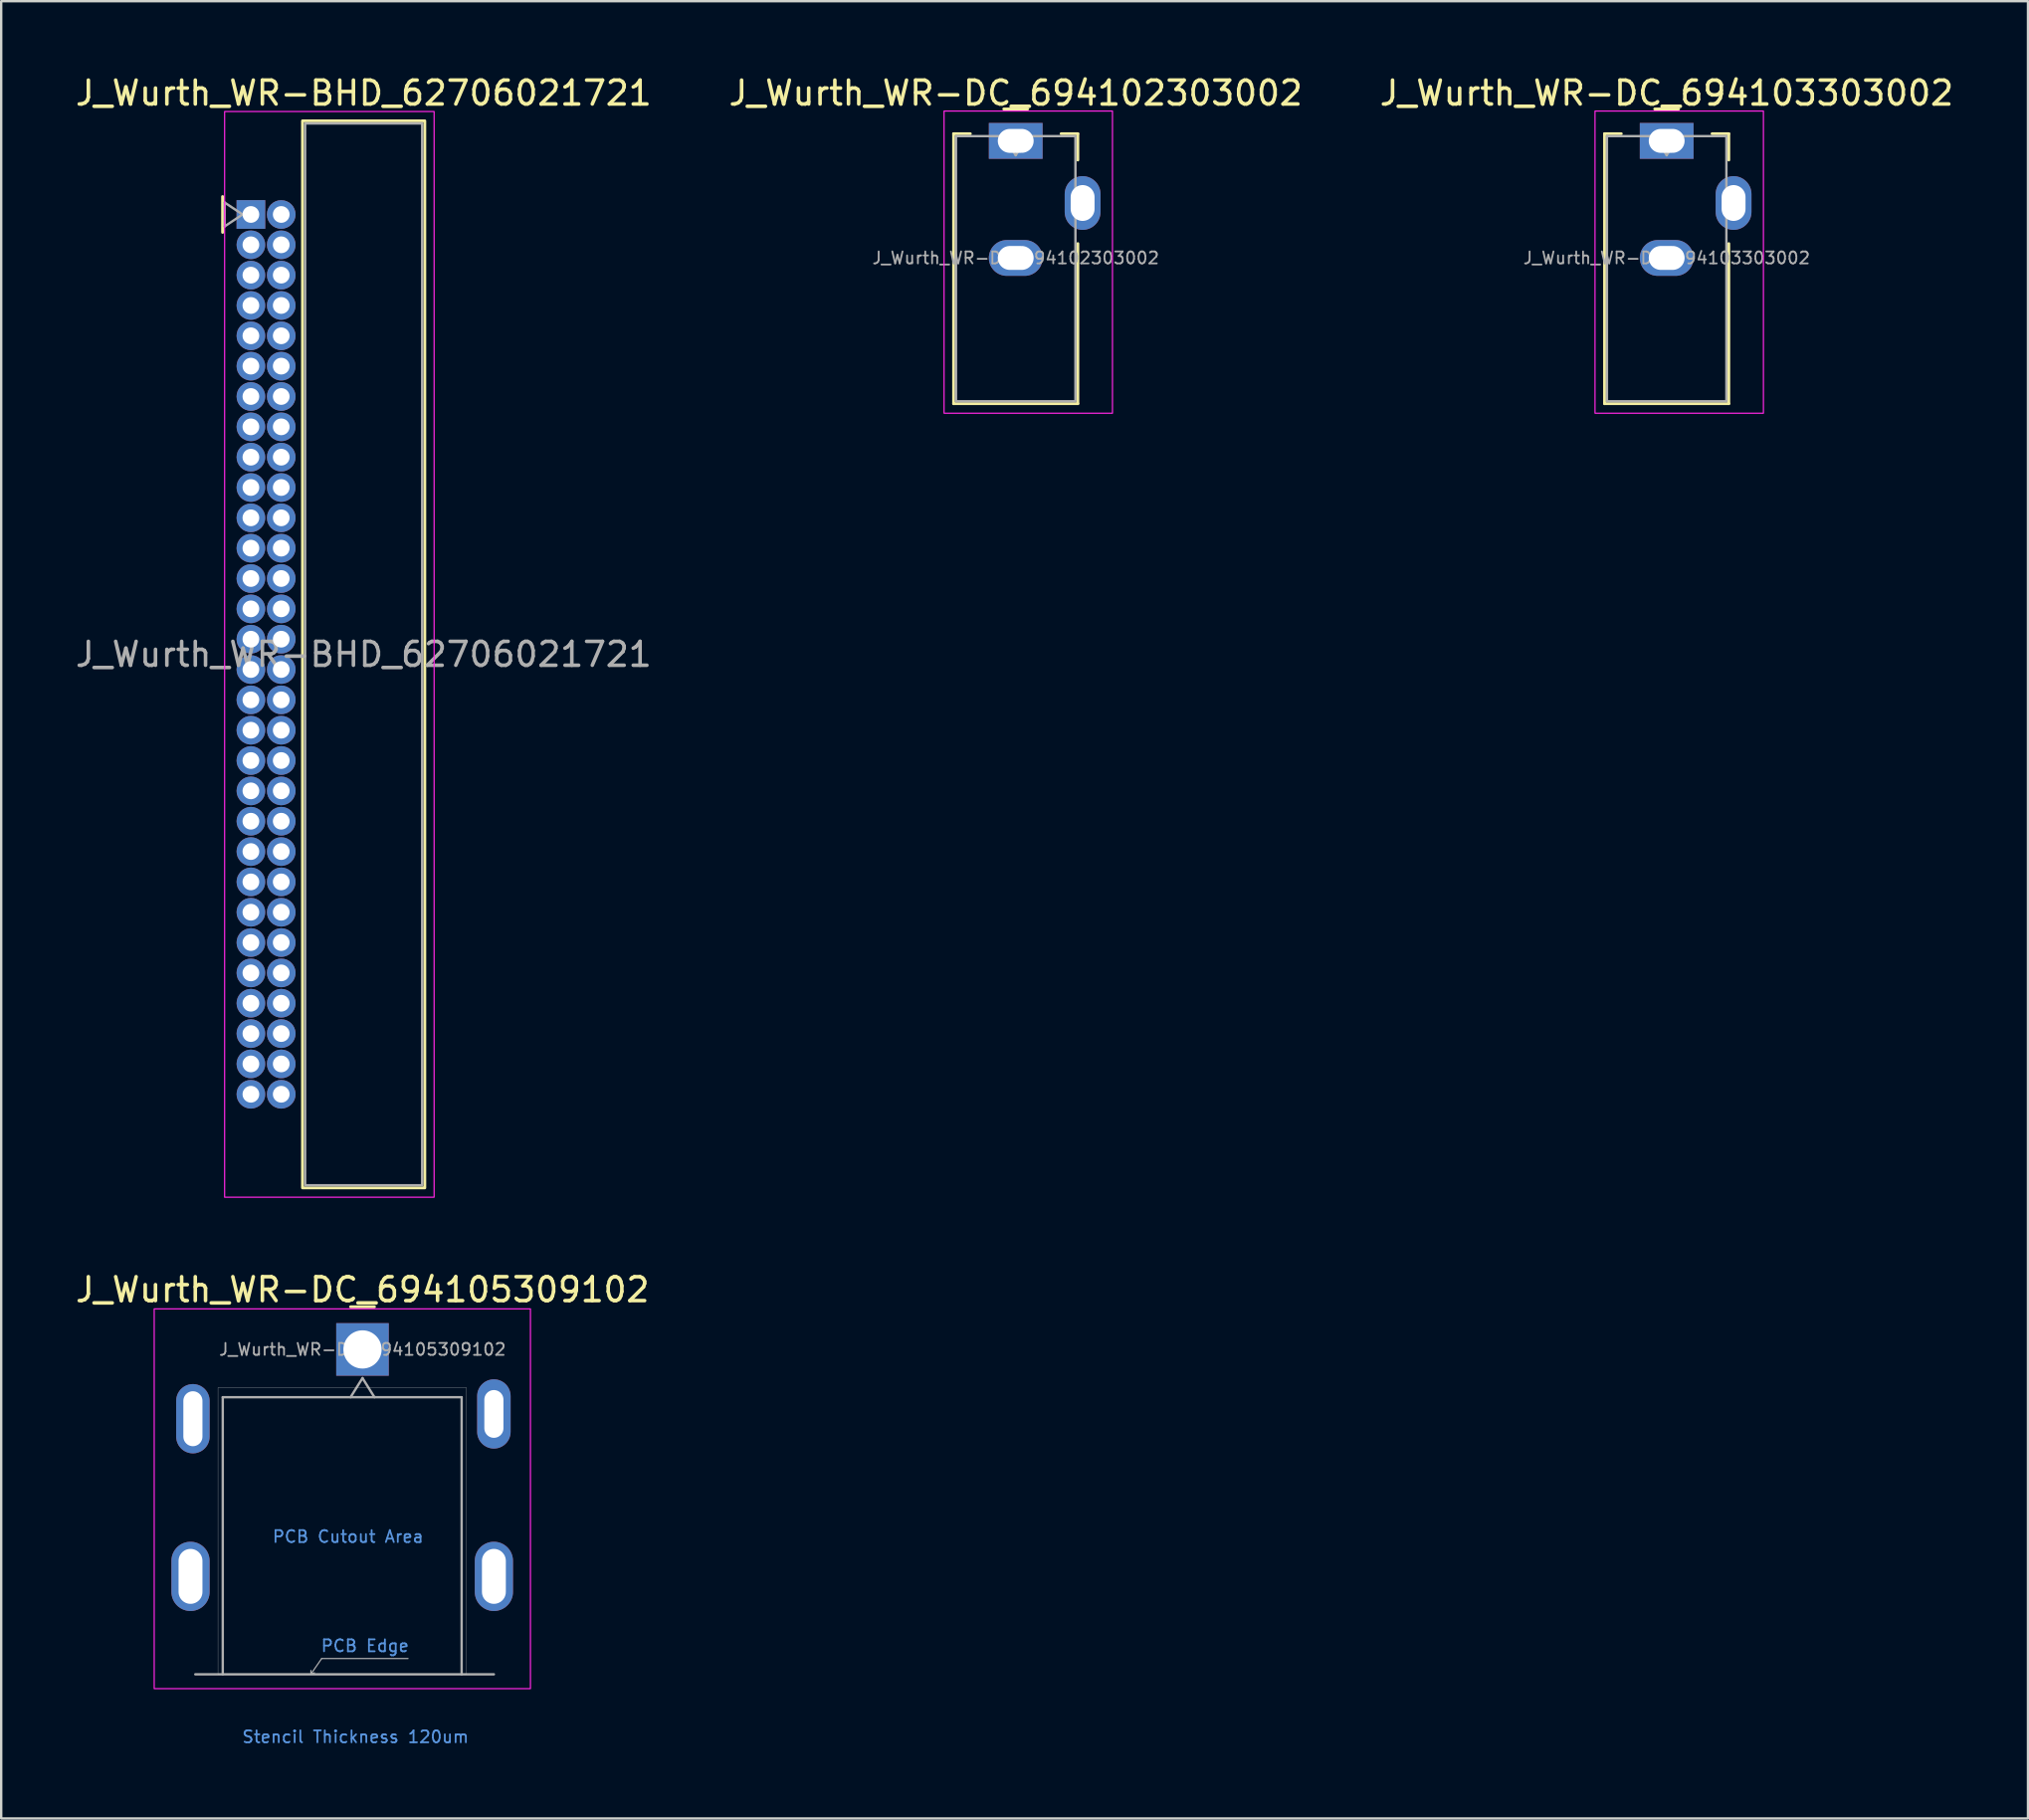
<source format=kicad_pcb>
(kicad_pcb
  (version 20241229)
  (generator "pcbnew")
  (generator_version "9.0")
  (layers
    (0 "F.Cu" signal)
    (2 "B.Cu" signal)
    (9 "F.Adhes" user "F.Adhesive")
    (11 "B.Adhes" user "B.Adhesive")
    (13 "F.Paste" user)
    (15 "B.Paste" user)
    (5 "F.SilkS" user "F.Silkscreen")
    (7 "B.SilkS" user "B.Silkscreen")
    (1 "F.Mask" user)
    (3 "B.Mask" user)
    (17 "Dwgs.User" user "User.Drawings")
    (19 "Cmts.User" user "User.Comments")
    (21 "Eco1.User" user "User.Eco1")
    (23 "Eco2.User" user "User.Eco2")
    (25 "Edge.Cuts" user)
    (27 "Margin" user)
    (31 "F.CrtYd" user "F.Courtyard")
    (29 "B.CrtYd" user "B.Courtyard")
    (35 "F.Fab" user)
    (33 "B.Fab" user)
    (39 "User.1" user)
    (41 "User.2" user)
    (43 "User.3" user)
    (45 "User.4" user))
  (footprint "J_Wurth_WR-DC_694103303002"
    (layer "F.Cu")
    (at 66.72 2.848)
    (property "Reference" "J_Wurth_WR-DC_694103303002" (at 0 -2 0) (unlocked yes) (layer "F.SilkS") (effects (font (size 1 1) (thickness 0.15))))
    (attr smd)
    (fp_line (start -2.6 11) (end -2.6 -0.3) (stroke (width 0.12) (type solid)) (layer "F.SilkS"))
    (fp_line (start -1.9 -0.3) (end -2.6 -0.3) (stroke (width 0.12) (type solid)) (layer "F.SilkS"))
    (fp_line (start -0.5 -1.335) (end 0.5 -1.335) (stroke (width 0.12) (type default)) (layer "F.SilkS"))
    (fp_line (start 2.6 -0.3) (end 1.9 -0.3) (stroke (width 0.12) (type solid)) (layer "F.SilkS"))
    (fp_line (start 2.6 0.8) (end 2.6 -0.3) (stroke (width 0.12) (type solid)) (layer "F.SilkS"))
    (fp_line (start 2.6 11) (end -2.6 11) (stroke (width 0.12) (type solid)) (layer "F.SilkS"))
    (fp_line (start 2.6 11) (end 2.6 4.3) (stroke (width 0.12) (type solid)) (layer "F.SilkS"))
    (fp_line (start 3.298 3.354) (end 3.3 3.352) (stroke (width 0.01) (type solid)) (layer "Edge.Cuts"))
    (fp_rect (start -3 11.4) (end 4.05 -1.25) (stroke (width 0.05) (type default)) (fill no) (layer "F.CrtYd"))
    (fp_line (start -0.5 -0.2) (end 0 0.6) (stroke (width 0.1) (type default)) (layer "F.Fab"))
    (fp_line (start 0.5 -0.2) (end 0 0.6) (stroke (width 0.1) (type default)) (layer "F.Fab"))
    (fp_rect (start -2.5 10.9) (end 2.5 -0.2) (stroke (width 0.1) (type default)) (fill no) (layer "F.Fab"))
    (fp_text user "${REFERENCE}" (at 0 4.9 0) (unlocked yes) (layer "F.Fab") (effects (font (size 0.5 0.5) (thickness 0.075))))
    (pad "1" thru_hole rect (at 0 0 90) (size 1.5 2.25) (drill oval 1 1.5) (layers "*.Cu" "*.Mask"))
    (pad "2" thru_hole oval (at 0 4.9 90) (size 1.5 2.25) (drill oval 1 1.5) (layers "*.Cu" "*.Mask"))
    (pad "3" thru_hole oval (at 2.8 2.6 90) (size 2.25 1.5) (drill oval 1.5 1) (layers "*.Cu" "*.Mask")))
  (footprint "J_Wurth_WR-BHD_62706021721"
    (layer "F.Cu")
    (at 7.453 5.928)
    (property "Reference" "J_Wurth_WR-BHD_62706021721" (at 4.72 -5.08 0) (unlocked yes) (layer "F.SilkS") (effects (font (size 1 1) (thickness 0.15))))
    (attr through_hole)
    (fp_line (start -1.185 -0.75) (end -1.185 0.75) (stroke (width 0.12) (type solid)) (layer "F.SilkS"))
    (fp_rect (start 2.16 -3.92) (end 7.28 40.75) (stroke (width 0.12) (type solid)) (fill no) (layer "F.SilkS"))
    (fp_rect (start -1.1 -4.31) (end 7.67 41.14) (stroke (width 0.05) (type solid)) (fill no) (layer "F.CrtYd"))
    (fp_line (start -1.1 0.5) (end -1.1 -0.5) (stroke (width 0.1) (type default)) (layer "F.Fab"))
    (fp_line (start -0.35 0) (end -1.1 -0.5) (stroke (width 0.1) (type solid)) (layer "F.Fab"))
    (fp_line (start -0.35 0) (end -1.1 0.5) (stroke (width 0.1) (type solid)) (layer "F.Fab"))
    (fp_rect (start 2.27 -3.81) (end 7.17 40.64) (stroke (width 0.1) (type solid)) (fill no) (layer "F.Fab"))
    (fp_text user "${REFERENCE}" (at 4.72 18.415 0) (unlocked yes) (layer "F.Fab") (effects (font (size 1 1) (thickness 0.15))))
    (pad "1" thru_hole rect (at 0 0 90) (size 1.2 1.2) (drill 0.7) (layers "*.Cu" "*.Mask"))
    (pad "2" thru_hole circle (at 1.27 0 90) (size 1.2 1.2) (drill 0.7) (layers "*.Cu" "*.Mask"))
    (pad "3" thru_hole circle (at 0 1.27 90) (size 1.2 1.2) (drill 0.7) (layers "*.Cu" "*.Mask"))
    (pad "4" thru_hole circle (at 1.27 1.27 90) (size 1.2 1.2) (drill 0.7) (layers "*.Cu" "*.Mask"))
    (pad "5" thru_hole circle (at 0 2.54 90) (size 1.2 1.2) (drill 0.7) (layers "*.Cu" "*.Mask"))
    (pad "6" thru_hole circle (at 1.27 2.54 90) (size 1.2 1.2) (drill 0.7) (layers "*.Cu" "*.Mask"))
    (pad "7" thru_hole circle (at 0 3.81 90) (size 1.2 1.2) (drill 0.7) (layers "*.Cu" "*.Mask"))
    (pad "8" thru_hole circle (at 1.27 3.81 90) (size 1.2 1.2) (drill 0.7) (layers "*.Cu" "*.Mask"))
    (pad "9" thru_hole circle (at 0 5.08 90) (size 1.2 1.2) (drill 0.7) (layers "*.Cu" "*.Mask"))
    (pad "10" thru_hole circle (at 1.27 5.08 90) (size 1.2 1.2) (drill 0.7) (layers "*.Cu" "*.Mask"))
    (pad "11" thru_hole circle (at 0 6.35 90) (size 1.2 1.2) (drill 0.7) (layers "*.Cu" "*.Mask"))
    (pad "12" thru_hole circle (at 1.27 6.35 90) (size 1.2 1.2) (drill 0.7) (layers "*.Cu" "*.Mask"))
    (pad "13" thru_hole circle (at 0 7.62 90) (size 1.2 1.2) (drill 0.7) (layers "*.Cu" "*.Mask"))
    (pad "14" thru_hole circle (at 1.27 7.62 90) (size 1.2 1.2) (drill 0.7) (layers "*.Cu" "*.Mask"))
    (pad "15" thru_hole circle (at 0 8.89 90) (size 1.2 1.2) (drill 0.7) (layers "*.Cu" "*.Mask"))
    (pad "16" thru_hole circle (at 1.27 8.89 90) (size 1.2 1.2) (drill 0.7) (layers "*.Cu" "*.Mask"))
    (pad "17" thru_hole circle (at 0 10.16 90) (size 1.2 1.2) (drill 0.7) (layers "*.Cu" "*.Mask"))
    (pad "18" thru_hole circle (at 1.27 10.16 90) (size 1.2 1.2) (drill 0.7) (layers "*.Cu" "*.Mask"))
    (pad "19" thru_hole circle (at 0 11.43 90) (size 1.2 1.2) (drill 0.7) (layers "*.Cu" "*.Mask"))
    (pad "20" thru_hole circle (at 1.27 11.43 90) (size 1.2 1.2) (drill 0.7) (layers "*.Cu" "*.Mask"))
    (pad "21" thru_hole circle (at 0 12.7 90) (size 1.2 1.2) (drill 0.7) (layers "*.Cu" "*.Mask"))
    (pad "22" thru_hole circle (at 1.27 12.7 90) (size 1.2 1.2) (drill 0.7) (layers "*.Cu" "*.Mask"))
    (pad "23" thru_hole circle (at 0 13.97 90) (size 1.2 1.2) (drill 0.7) (layers "*.Cu" "*.Mask"))
    (pad "24" thru_hole circle (at 1.27 13.97 90) (size 1.2 1.2) (drill 0.7) (layers "*.Cu" "*.Mask"))
    (pad "25" thru_hole circle (at 0 15.24 90) (size 1.2 1.2) (drill 0.7) (layers "*.Cu" "*.Mask"))
    (pad "26" thru_hole circle (at 1.27 15.24 90) (size 1.2 1.2) (drill 0.7) (layers "*.Cu" "*.Mask"))
    (pad "27" thru_hole circle (at 0 16.51 90) (size 1.2 1.2) (drill 0.7) (layers "*.Cu" "*.Mask"))
    (pad "28" thru_hole circle (at 1.27 16.51 90) (size 1.2 1.2) (drill 0.7) (layers "*.Cu" "*.Mask"))
    (pad "29" thru_hole circle (at 0 17.78 90) (size 1.2 1.2) (drill 0.7) (layers "*.Cu" "*.Mask"))
    (pad "30" thru_hole circle (at 1.27 17.78 90) (size 1.2 1.2) (drill 0.7) (layers "*.Cu" "*.Mask"))
    (pad "31" thru_hole circle (at 0 19.05 90) (size 1.2 1.2) (drill 0.7) (layers "*.Cu" "*.Mask"))
    (pad "32" thru_hole circle (at 1.27 19.05 90) (size 1.2 1.2) (drill 0.7) (layers "*.Cu" "*.Mask"))
    (pad "33" thru_hole circle (at 0 20.32 90) (size 1.2 1.2) (drill 0.7) (layers "*.Cu" "*.Mask"))
    (pad "34" thru_hole circle (at 1.27 20.32 90) (size 1.2 1.2) (drill 0.7) (layers "*.Cu" "*.Mask"))
    (pad "35" thru_hole circle (at 0 21.59 90) (size 1.2 1.2) (drill 0.7) (layers "*.Cu" "*.Mask"))
    (pad "36" thru_hole circle (at 1.27 21.59 90) (size 1.2 1.2) (drill 0.7) (layers "*.Cu" "*.Mask"))
    (pad "37" thru_hole circle (at 0 22.86 90) (size 1.2 1.2) (drill 0.7) (layers "*.Cu" "*.Mask"))
    (pad "38" thru_hole circle (at 1.27 22.86 90) (size 1.2 1.2) (drill 0.7) (layers "*.Cu" "*.Mask"))
    (pad "39" thru_hole circle (at 0 24.13 90) (size 1.2 1.2) (drill 0.7) (layers "*.Cu" "*.Mask"))
    (pad "40" thru_hole circle (at 1.27 24.13 90) (size 1.2 1.2) (drill 0.7) (layers "*.Cu" "*.Mask"))
    (pad "41" thru_hole circle (at 0 25.4 90) (size 1.2 1.2) (drill 0.7) (layers "*.Cu" "*.Mask"))
    (pad "42" thru_hole circle (at 1.27 25.4 90) (size 1.2 1.2) (drill 0.7) (layers "*.Cu" "*.Mask"))
    (pad "43" thru_hole circle (at 0 26.67 90) (size 1.2 1.2) (drill 0.7) (layers "*.Cu" "*.Mask"))
    (pad "44" thru_hole circle (at 1.27 26.67 90) (size 1.2 1.2) (drill 0.7) (layers "*.Cu" "*.Mask"))
    (pad "45" thru_hole circle (at 0 27.94 90) (size 1.2 1.2) (drill 0.7) (layers "*.Cu" "*.Mask"))
    (pad "46" thru_hole circle (at 1.27 27.94 90) (size 1.2 1.2) (drill 0.7) (layers "*.Cu" "*.Mask"))
    (pad "47" thru_hole circle (at 0 29.21 90) (size 1.2 1.2) (drill 0.7) (layers "*.Cu" "*.Mask"))
    (pad "48" thru_hole circle (at 1.27 29.21 90) (size 1.2 1.2) (drill 0.7) (layers "*.Cu" "*.Mask"))
    (pad "49" thru_hole circle (at 0 30.48 90) (size 1.2 1.2) (drill 0.7) (layers "*.Cu" "*.Mask"))
    (pad "50" thru_hole circle (at 1.27 30.48 90) (size 1.2 1.2) (drill 0.7) (layers "*.Cu" "*.Mask"))
    (pad "51" thru_hole circle (at 0 31.75 90) (size 1.2 1.2) (drill 0.7) (layers "*.Cu" "*.Mask"))
    (pad "52" thru_hole circle (at 1.27 31.75 90) (size 1.2 1.2) (drill 0.7) (layers "*.Cu" "*.Mask"))
    (pad "53" thru_hole circle (at 0 33.02 90) (size 1.2 1.2) (drill 0.7) (layers "*.Cu" "*.Mask"))
    (pad "54" thru_hole circle (at 1.27 33.02 90) (size 1.2 1.2) (drill 0.7) (layers "*.Cu" "*.Mask"))
    (pad "55" thru_hole circle (at 0 34.29 90) (size 1.2 1.2) (drill 0.7) (layers "*.Cu" "*.Mask"))
    (pad "56" thru_hole circle (at 1.27 34.29 90) (size 1.2 1.2) (drill 0.7) (layers "*.Cu" "*.Mask"))
    (pad "57" thru_hole circle (at 0 35.56 90) (size 1.2 1.2) (drill 0.7) (layers "*.Cu" "*.Mask"))
    (pad "58" thru_hole circle (at 1.27 35.56 90) (size 1.2 1.2) (drill 0.7) (layers "*.Cu" "*.Mask"))
    (pad "59" thru_hole circle (at 0 36.83 90) (size 1.2 1.2) (drill 0.7) (layers "*.Cu" "*.Mask"))
    (pad "60" thru_hole circle (at 1.27 36.83 90) (size 1.2 1.2) (drill 0.7) (layers "*.Cu" "*.Mask")))
  (footprint "J_Wurth_WR-DC_694102303002"
    (layer "F.Cu")
    (at 39.47 2.848)
    (property "Reference" "J_Wurth_WR-DC_694102303002" (at 0 -2 0) (unlocked yes) (layer "F.SilkS") (effects (font (size 1 1) (thickness 0.15))))
    (attr smd)
    (fp_line (start -2.6 11) (end -2.6 -0.3) (stroke (width 0.12) (type solid)) (layer "F.SilkS"))
    (fp_line (start -1.9 -0.3) (end -2.6 -0.3) (stroke (width 0.12) (type solid)) (layer "F.SilkS"))
    (fp_line (start -0.5 -1.335) (end 0.5 -1.335) (stroke (width 0.12) (type default)) (layer "F.SilkS"))
    (fp_line (start 2.6 -0.3) (end 1.9 -0.3) (stroke (width 0.12) (type solid)) (layer "F.SilkS"))
    (fp_line (start 2.6 0.8) (end 2.6 -0.3) (stroke (width 0.12) (type solid)) (layer "F.SilkS"))
    (fp_line (start 2.6 11) (end -2.6 11) (stroke (width 0.12) (type solid)) (layer "F.SilkS"))
    (fp_line (start 2.6 11) (end 2.6 4.3) (stroke (width 0.12) (type solid)) (layer "F.SilkS"))
    (fp_line (start 3.298 3.354) (end 3.3 3.352) (stroke (width 0.01) (type solid)) (layer "Edge.Cuts"))
    (fp_rect (start -3 11.4) (end 4.05 -1.25) (stroke (width 0.05) (type default)) (fill no) (layer "F.CrtYd"))
    (fp_line (start -0.5 -0.2) (end 0 0.6) (stroke (width 0.1) (type default)) (layer "F.Fab"))
    (fp_line (start 0.5 -0.2) (end 0 0.6) (stroke (width 0.1) (type default)) (layer "F.Fab"))
    (fp_rect (start -2.5 10.9) (end 2.5 -0.2) (stroke (width 0.1) (type default)) (fill no) (layer "F.Fab"))
    (fp_text user "${REFERENCE}" (at 0 4.9 0) (unlocked yes) (layer "F.Fab") (effects (font (size 0.5 0.5) (thickness 0.075))))
    (pad "1" thru_hole rect (at 0 0 90) (size 1.5 2.25) (drill oval 1 1.5) (layers "*.Cu" "*.Mask"))
    (pad "2" thru_hole oval (at 0 4.9 90) (size 1.5 2.25) (drill oval 1 1.5) (layers "*.Cu" "*.Mask"))
    (pad "3" thru_hole oval (at 2.8 2.6 90) (size 2.25 1.5) (drill oval 1.5 1) (layers "*.Cu" "*.Mask")))
  (footprint "J_Wurth_WR-DC_694105309102"
    (layer "F.Cu")
    (at 12.125 53.441)
    (property "Reference" "J_Wurth_WR-DC_694105309102" (at 0 -2.5 0) (unlocked yes) (layer "F.SilkS") (effects (font (size 1 1) (thickness 0.15))))
    (attr smd)
    (fp_line (start -0.5 -1.785) (end 0.5 -1.785) (stroke (width 0.12) (type default)) (layer "F.SilkS"))
    (fp_rect (start -6.05 1.6) (end 4.35 13.6) (stroke (width 0.01) (type default)) (fill no) (layer "Edge.Cuts"))
    (fp_rect (start -8.72 -1.7) (end 7.03 14.2) (stroke (width 0.05) (type default)) (fill no) (layer "F.CrtYd"))
    (fp_line (start -5.85 2) (end 4.15 2) (stroke (width 0.1) (type solid)) (layer "F.Fab"))
    (fp_line (start -5.85 13.6) (end -5.85 2) (stroke (width 0.1) (type solid)) (layer "F.Fab"))
    (fp_line (start -2.159 13.589) (end -2.159 13.439) (stroke (width 0.05) (type solid)) (layer "F.Fab"))
    (fp_line (start -2.159 13.589) (end -2.009 13.539) (stroke (width 0.05) (type solid)) (layer "F.Fab"))
    (fp_line (start -1.709 12.939) (end -2.159 13.589) (stroke (width 0.05) (type solid)) (layer "F.Fab"))
    (fp_line (start -0.5 2) (end 0 1.2) (stroke (width 0.1) (type default)) (layer "F.Fab"))
    (fp_line (start 0.5 2) (end 0 1.2) (stroke (width 0.1) (type default)) (layer "F.Fab"))
    (fp_line (start 1.905 12.939) (end -1.709 12.939) (stroke (width 0.05) (type solid)) (layer "F.Fab"))
    (fp_line (start 4.15 2) (end 4.15 13.6) (stroke (width 0.1) (type solid)) (layer "F.Fab"))
    (fp_line (start 5.5 13.6) (end -7 13.6) (stroke (width 0.1) (type solid)) (layer "F.Fab"))
    (fp_text user "PCB Cutout Area" (at -3.81 8.128 0) (unlocked yes) (layer "Cmts.User") (effects (font (size 0.5 0.5) (thickness 0.075)) (justify left bottom)))
    (fp_text user "PCB Edge" (at -1.778 12.7 0) (unlocked yes) (layer "Cmts.User") (effects (font (size 0.5 0.5) (thickness 0.075)) (justify left bottom)))
    (fp_text user "Stencil Thickness 120um" (at -5.08 16.51 0) (unlocked yes) (layer "Cmts.User") (effects (font (size 0.5 0.5) (thickness 0.075)) (justify left bottom)))
    (fp_text user "${REFERENCE}" (at 0 0 0) (unlocked yes) (layer "F.Fab") (effects (font (size 0.5 0.5) (thickness 0.075))))
    (pad "" smd rect (at -7.9 9.15) (size 3.3 8) (layers "F.Paste"))
    (pad "" smd rect (at -7.85 1.49) (size 3.3 6.4) (layers "F.Paste"))
    (pad "" thru_hole oval (at -7.2 9.5) (size 1.6 2.9) (drill oval 1 2.3) (layers "*.Cu" "*.Mask"))
    (pad "" smd rect (at 0 -0.25) (size 5.4 3) (layers "F.Paste"))
    (pad "" thru_hole oval (at 5.5 9.5) (size 1.6 2.9) (drill oval 1 2.3) (layers "*.Cu" "*.Mask"))
    (pad "" smd rect (at 6.15 1.99) (size 3.3 5) (layers "F.Paste"))
    (pad "" smd rect (at 6.2 9.15) (size 3.3 8) (layers "F.Paste"))
    (pad "1" thru_hole rect (at 0 0) (size 2.2 2.2) (drill 1.6) (layers "*.Cu" "*.Mask"))
    (pad "2" thru_hole oval (at -7.1 2.9) (size 1.4 2.9) (drill oval 0.8 2.3) (layers "*.Cu" "*.Mask"))
    (pad "3" thru_hole oval (at 5.5 2.7) (size 1.4 2.9) (drill oval 0.8 2) (layers "*.Cu" "*.Mask")))
  (gr_rect
    (start -3 -3)
    (end 81.845 73.075)
    (stroke (width 0.1) (type default))
    (fill no)
    (layer "Edge.Cuts")))
</source>
